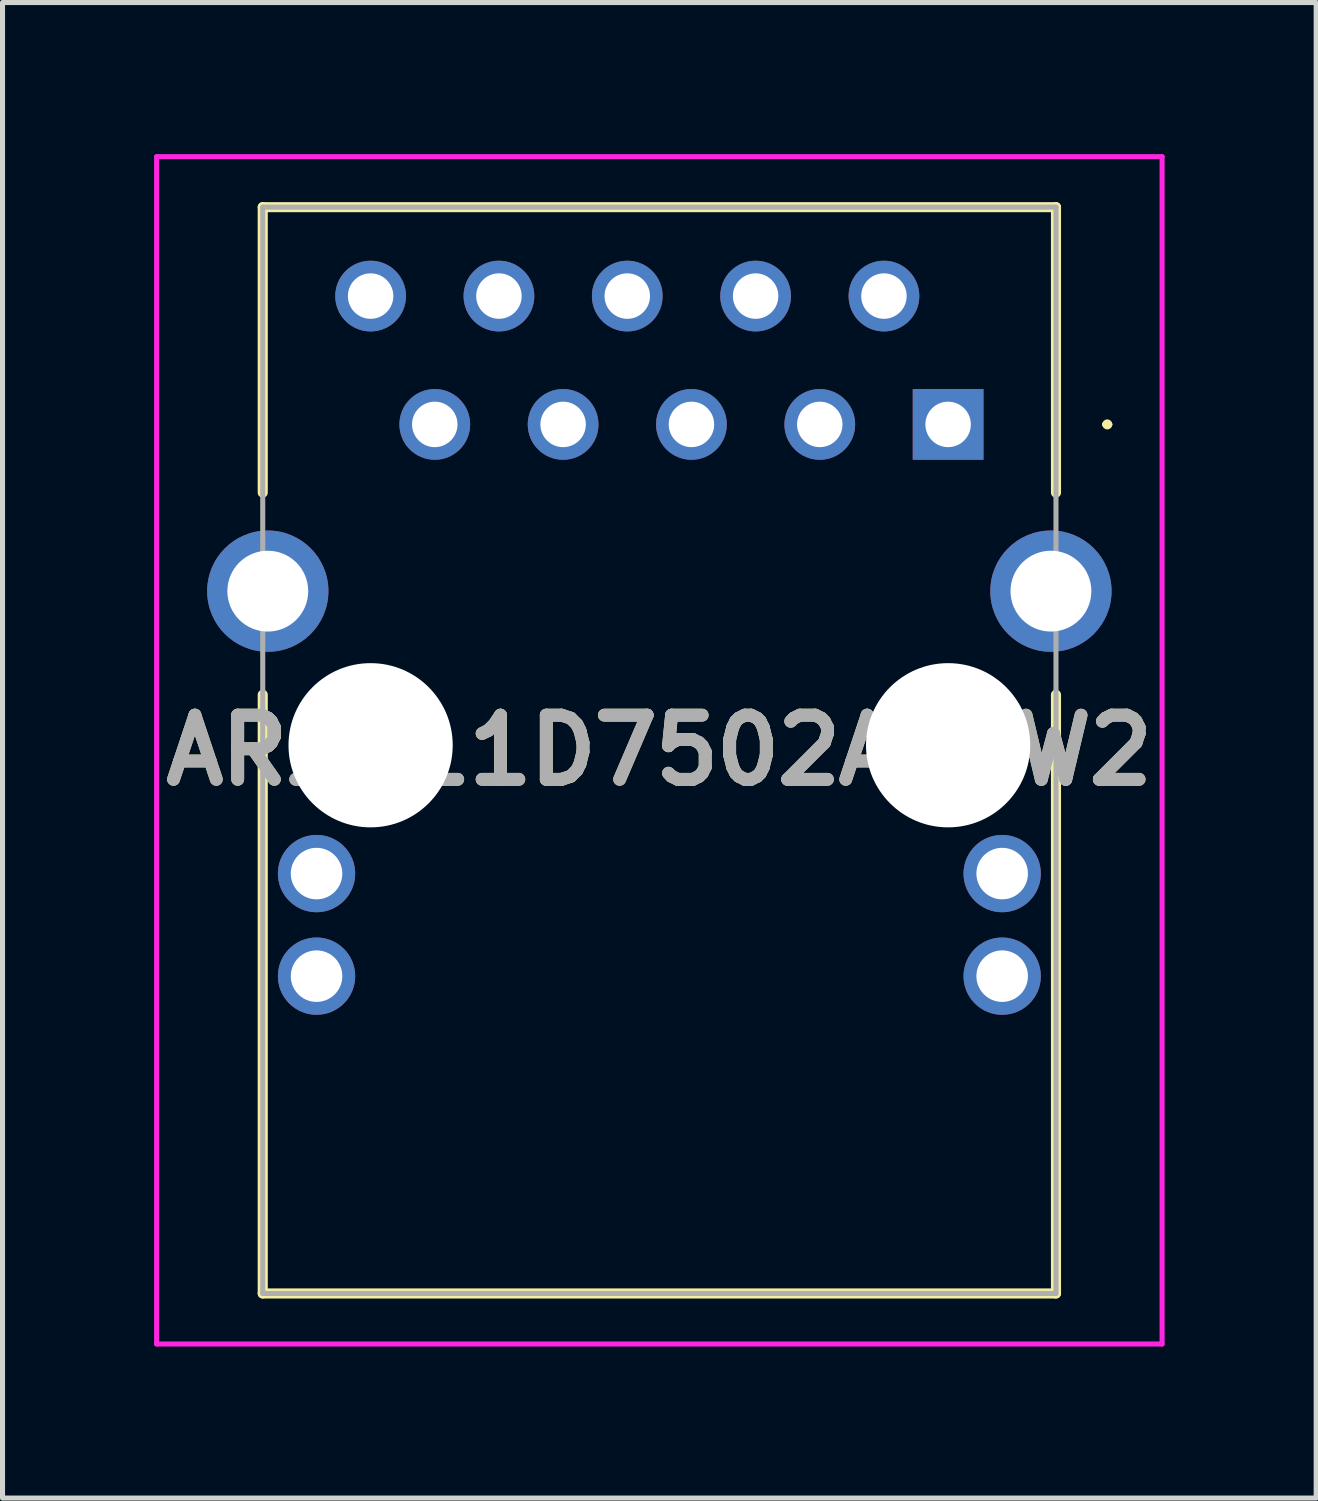
<source format=kicad_pcb>
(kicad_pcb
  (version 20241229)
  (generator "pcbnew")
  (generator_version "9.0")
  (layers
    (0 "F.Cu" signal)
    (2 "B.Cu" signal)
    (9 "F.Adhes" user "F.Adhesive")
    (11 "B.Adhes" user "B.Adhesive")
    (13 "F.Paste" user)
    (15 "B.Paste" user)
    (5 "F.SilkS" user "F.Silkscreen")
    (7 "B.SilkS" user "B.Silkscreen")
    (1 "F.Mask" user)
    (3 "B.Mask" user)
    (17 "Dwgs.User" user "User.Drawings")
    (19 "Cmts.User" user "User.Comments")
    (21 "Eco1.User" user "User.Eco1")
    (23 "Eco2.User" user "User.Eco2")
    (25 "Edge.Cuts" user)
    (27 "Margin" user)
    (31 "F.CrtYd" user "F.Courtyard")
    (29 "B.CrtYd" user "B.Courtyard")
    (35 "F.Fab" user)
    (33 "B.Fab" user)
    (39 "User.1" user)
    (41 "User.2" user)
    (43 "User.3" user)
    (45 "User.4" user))
  (footprint "ARJM11D7502ABEW2"
    (layer "F.Cu")
    (at 15.715 5.35)
    (property "Reference" "ARJM11D7502ABEW2" (at -5.715 6.45 0) (layer "F.SilkS") (effects (font (size 1.27 1.27) (thickness 0.254))))
    (attr through_hole)
    (fp_line (start -13.565 -4.3) (end 2.135 -4.3) (stroke (width 0.2) (type solid)) (layer "F.SilkS"))
    (fp_line (start -13.565 1.35) (end -13.565 -4.3) (stroke (width 0.2) (type solid)) (layer "F.SilkS"))
    (fp_line (start -13.565 5.35) (end -13.565 17.2) (stroke (width 0.2) (type solid)) (layer "F.SilkS"))
    (fp_line (start -13.565 17.2) (end 2.135 17.2) (stroke (width 0.2) (type solid)) (layer "F.SilkS"))
    (fp_line (start 2.135 -4.3) (end 2.135 1.35) (stroke (width 0.2) (type solid)) (layer "F.SilkS"))
    (fp_line (start 2.135 17.2) (end 2.135 5.35) (stroke (width 0.2) (type solid)) (layer "F.SilkS"))
    (fp_line (start 3.1 0) (end 3.1 0) (stroke (width 0.1) (type solid)) (layer "F.SilkS"))
    (fp_line (start 3.2 0) (end 3.2 0) (stroke (width 0.1) (type solid)) (layer "F.SilkS"))
    (fp_arc (start 3.1 0) (mid 3.15 -0.05) (end 3.2 0) (stroke (width 0.1) (type solid)) (layer "F.SilkS"))
    (fp_arc (start 3.2 0) (mid 3.15 0.05) (end 3.1 0) (stroke (width 0.1) (type solid)) (layer "F.SilkS"))
    (fp_line (start -15.665 -5.3) (end 4.235 -5.3) (stroke (width 0.1) (type solid)) (layer "F.CrtYd"))
    (fp_line (start -15.665 18.2) (end -15.665 -5.3) (stroke (width 0.1) (type solid)) (layer "F.CrtYd"))
    (fp_line (start 4.235 -5.3) (end 4.235 18.2) (stroke (width 0.1) (type solid)) (layer "F.CrtYd"))
    (fp_line (start 4.235 18.2) (end -15.665 18.2) (stroke (width 0.1) (type solid)) (layer "F.CrtYd"))
    (fp_line (start -13.565 -4.3) (end 2.135 -4.3) (stroke (width 0.1) (type solid)) (layer "F.Fab"))
    (fp_line (start -13.565 17.2) (end -13.565 -4.3) (stroke (width 0.1) (type solid)) (layer "F.Fab"))
    (fp_line (start 2.135 -4.3) (end 2.135 17.2) (stroke (width 0.1) (type solid)) (layer "F.Fab"))
    (fp_line (start 2.135 17.2) (end -13.565 17.2) (stroke (width 0.1) (type solid)) (layer "F.Fab"))
    (fp_text user "${REFERENCE}" (at -5.715 6.45 0) (layer "F.Fab") (effects (font (size 1.27 1.27) (thickness 0.254))))
    (pad "" np_thru_hole circle (at -11.43 6.35) (size 3.25 3.25) (drill 3.25) (layers "*.Cu" "*.Mask"))
    (pad "" np_thru_hole circle (at 0 6.35) (size 3.25 3.25) (drill 3.25) (layers "*.Cu" "*.Mask"))
    (pad "1" thru_hole rect (at 0 0) (size 1.4 1.4) (drill 0.9) (layers "*.Cu" "*.Mask"))
    (pad "2" thru_hole circle (at -1.27 -2.54) (size 1.4 1.4) (drill 0.9) (layers "*.Cu" "*.Mask"))
    (pad "3" thru_hole circle (at -2.54 0) (size 1.4 1.4) (drill 0.9) (layers "*.Cu" "*.Mask"))
    (pad "4" thru_hole circle (at -3.81 -2.54) (size 1.4 1.4) (drill 0.9) (layers "*.Cu" "*.Mask"))
    (pad "5" thru_hole circle (at -5.08 0) (size 1.4 1.4) (drill 0.9) (layers "*.Cu" "*.Mask"))
    (pad "6" thru_hole circle (at -6.35 -2.54) (size 1.4 1.4) (drill 0.9) (layers "*.Cu" "*.Mask"))
    (pad "7" thru_hole circle (at -7.62 0) (size 1.4 1.4) (drill 0.9) (layers "*.Cu" "*.Mask"))
    (pad "8" thru_hole circle (at -8.89 -2.54) (size 1.4 1.4) (drill 0.9) (layers "*.Cu" "*.Mask"))
    (pad "9" thru_hole circle (at -10.16 0) (size 1.4 1.4) (drill 0.9) (layers "*.Cu" "*.Mask"))
    (pad "10" thru_hole circle (at -11.43 -2.54) (size 1.4 1.4) (drill 0.9) (layers "*.Cu" "*.Mask"))
    (pad "11" thru_hole circle (at -12.5 8.89) (size 1.53 1.53) (drill 1.02) (layers "*.Cu" "*.Mask"))
    (pad "12" thru_hole circle (at -12.5 10.92) (size 1.53 1.53) (drill 1.02) (layers "*.Cu" "*.Mask"))
    (pad "13" thru_hole circle (at 1.07 8.89) (size 1.53 1.53) (drill 1.02) (layers "*.Cu" "*.Mask"))
    (pad "14" thru_hole circle (at 1.07 10.92) (size 1.53 1.53) (drill 1.02) (layers "*.Cu" "*.Mask"))
    (pad "15" thru_hole circle (at 2.035 3.3) (size 2.4 2.4) (drill 1.6) (layers "*.Cu" "*.Mask"))
    (pad "16" thru_hole circle (at -13.465 3.3) (size 2.4 2.4) (drill 1.6) (layers "*.Cu" "*.Mask")))
  (gr_rect
    (start -3 -3)
    (end 23 26.6)
    (stroke (width 0.1) (type default))
    (fill no)
    (layer "Edge.Cuts")))
</source>
